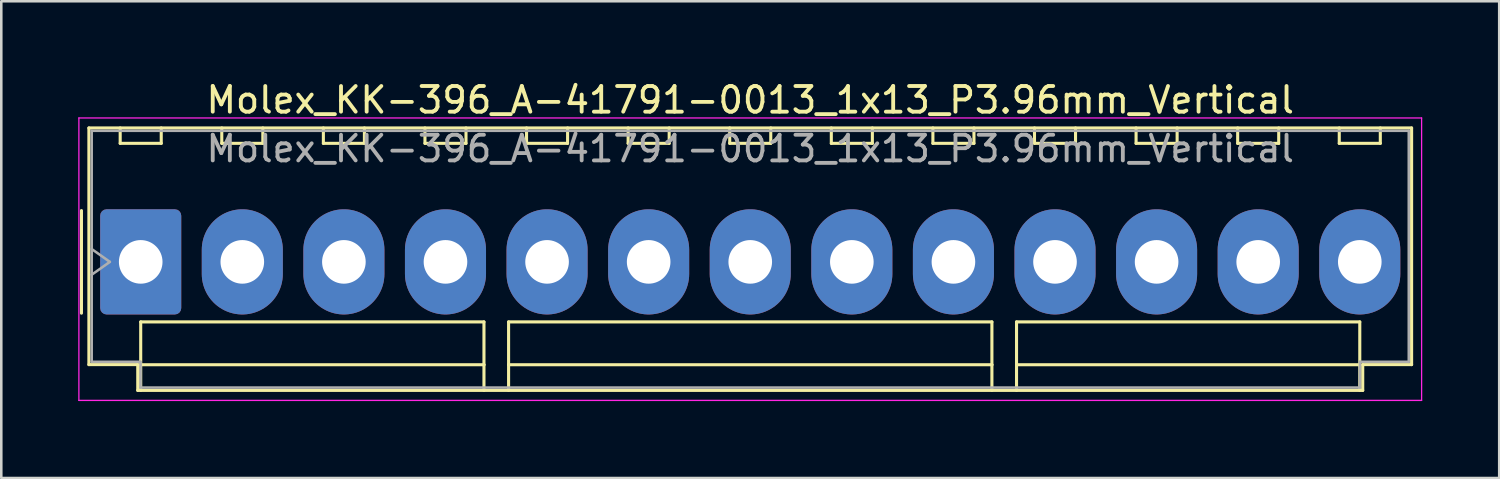
<source format=kicad_pcb>
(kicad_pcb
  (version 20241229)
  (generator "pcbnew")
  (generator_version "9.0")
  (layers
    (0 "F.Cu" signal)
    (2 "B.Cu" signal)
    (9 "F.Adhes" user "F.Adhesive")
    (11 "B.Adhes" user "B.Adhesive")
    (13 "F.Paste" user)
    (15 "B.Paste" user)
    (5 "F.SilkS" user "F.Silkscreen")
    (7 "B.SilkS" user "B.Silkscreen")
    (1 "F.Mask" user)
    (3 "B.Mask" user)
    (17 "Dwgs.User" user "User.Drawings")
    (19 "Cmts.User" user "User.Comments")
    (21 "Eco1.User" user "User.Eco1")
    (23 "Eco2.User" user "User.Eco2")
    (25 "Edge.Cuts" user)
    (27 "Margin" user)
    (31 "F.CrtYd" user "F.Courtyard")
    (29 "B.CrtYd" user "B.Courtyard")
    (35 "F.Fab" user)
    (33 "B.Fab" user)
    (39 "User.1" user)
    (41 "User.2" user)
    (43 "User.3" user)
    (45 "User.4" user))
  (footprint "Molex_KK-396_A-41791-0013_1x13_P3.96mm_Vertical"
    (layer "F.Cu")
    (at 2.435 7.158)
    (property "Reference" "Molex_KK-396_A-41791-0013_1x13_P3.96mm_Vertical" (at 23.76 -6.31 0) (layer "F.SilkS") (effects (font (size 1 1) (thickness 0.15))))
    (attr through_hole)
    (fp_line (start -2.31 -2) (end -2.31 2) (stroke (width 0.12) (type solid)) (layer "F.SilkS"))
    (fp_line (start -2.02 -5.22) (end 49.54 -5.22) (stroke (width 0.12) (type solid)) (layer "F.SilkS"))
    (fp_line (start -2.02 4.005) (end -2.02 -5.22) (stroke (width 0.12) (type solid)) (layer "F.SilkS"))
    (fp_line (start -0.8 -5.22) (end -0.8 -4.62) (stroke (width 0.12) (type solid)) (layer "F.SilkS"))
    (fp_line (start -0.8 -4.62) (end 0.8 -4.62) (stroke (width 0.12) (type solid)) (layer "F.SilkS"))
    (fp_line (start -0.115 4.005) (end -2.02 4.005) (stroke (width 0.12) (type solid)) (layer "F.SilkS"))
    (fp_line (start -0.115 5.01) (end -0.115 4.005) (stroke (width 0.12) (type solid)) (layer "F.SilkS"))
    (fp_line (start 0 2.34) (end 13.38 2.34) (stroke (width 0.12) (type solid)) (layer "F.SilkS"))
    (fp_line (start 0 4.01) (end 0 2.34) (stroke (width 0.12) (type solid)) (layer "F.SilkS"))
    (fp_line (start 0 4.01) (end 13.38 4.01) (stroke (width 0.12) (type solid)) (layer "F.SilkS"))
    (fp_line (start 0 5.01) (end 0 4.01) (stroke (width 0.12) (type solid)) (layer "F.SilkS"))
    (fp_line (start 0.8 -4.62) (end 0.8 -5.22) (stroke (width 0.12) (type solid)) (layer "F.SilkS"))
    (fp_line (start 3.16 -5.22) (end 3.16 -4.62) (stroke (width 0.12) (type solid)) (layer "F.SilkS"))
    (fp_line (start 3.16 -4.62) (end 4.76 -4.62) (stroke (width 0.12) (type solid)) (layer "F.SilkS"))
    (fp_line (start 4.76 -4.62) (end 4.76 -5.22) (stroke (width 0.12) (type solid)) (layer "F.SilkS"))
    (fp_line (start 7.12 -5.22) (end 7.12 -4.62) (stroke (width 0.12) (type solid)) (layer "F.SilkS"))
    (fp_line (start 7.12 -4.62) (end 8.72 -4.62) (stroke (width 0.12) (type solid)) (layer "F.SilkS"))
    (fp_line (start 8.72 -4.62) (end 8.72 -5.22) (stroke (width 0.12) (type solid)) (layer "F.SilkS"))
    (fp_line (start 11.08 -5.22) (end 11.08 -4.62) (stroke (width 0.12) (type solid)) (layer "F.SilkS"))
    (fp_line (start 11.08 -4.62) (end 12.68 -4.62) (stroke (width 0.12) (type solid)) (layer "F.SilkS"))
    (fp_line (start 12.68 -4.62) (end 12.68 -5.22) (stroke (width 0.12) (type solid)) (layer "F.SilkS"))
    (fp_line (start 13.38 2.34) (end 13.38 4.01) (stroke (width 0.12) (type solid)) (layer "F.SilkS"))
    (fp_line (start 13.38 4.01) (end 13.38 5.01) (stroke (width 0.12) (type solid)) (layer "F.SilkS"))
    (fp_line (start 14.34 2.34) (end 33.18 2.34) (stroke (width 0.12) (type solid)) (layer "F.SilkS"))
    (fp_line (start 14.34 4.01) (end 14.34 2.34) (stroke (width 0.12) (type solid)) (layer "F.SilkS"))
    (fp_line (start 14.34 4.01) (end 33.18 4.01) (stroke (width 0.12) (type solid)) (layer "F.SilkS"))
    (fp_line (start 14.34 5.01) (end 14.34 4.01) (stroke (width 0.12) (type solid)) (layer "F.SilkS"))
    (fp_line (start 15.04 -5.22) (end 15.04 -4.62) (stroke (width 0.12) (type solid)) (layer "F.SilkS"))
    (fp_line (start 15.04 -4.62) (end 16.64 -4.62) (stroke (width 0.12) (type solid)) (layer "F.SilkS"))
    (fp_line (start 16.64 -4.62) (end 16.64 -5.22) (stroke (width 0.12) (type solid)) (layer "F.SilkS"))
    (fp_line (start 19 -5.22) (end 19 -4.62) (stroke (width 0.12) (type solid)) (layer "F.SilkS"))
    (fp_line (start 19 -4.62) (end 20.6 -4.62) (stroke (width 0.12) (type solid)) (layer "F.SilkS"))
    (fp_line (start 20.6 -4.62) (end 20.6 -5.22) (stroke (width 0.12) (type solid)) (layer "F.SilkS"))
    (fp_line (start 22.96 -5.22) (end 22.96 -4.62) (stroke (width 0.12) (type solid)) (layer "F.SilkS"))
    (fp_line (start 22.96 -4.62) (end 24.56 -4.62) (stroke (width 0.12) (type solid)) (layer "F.SilkS"))
    (fp_line (start 24.56 -4.62) (end 24.56 -5.22) (stroke (width 0.12) (type solid)) (layer "F.SilkS"))
    (fp_line (start 26.92 -5.22) (end 26.92 -4.62) (stroke (width 0.12) (type solid)) (layer "F.SilkS"))
    (fp_line (start 26.92 -4.62) (end 28.52 -4.62) (stroke (width 0.12) (type solid)) (layer "F.SilkS"))
    (fp_line (start 28.52 -4.62) (end 28.52 -5.22) (stroke (width 0.12) (type solid)) (layer "F.SilkS"))
    (fp_line (start 30.88 -5.22) (end 30.88 -4.62) (stroke (width 0.12) (type solid)) (layer "F.SilkS"))
    (fp_line (start 30.88 -4.62) (end 32.48 -4.62) (stroke (width 0.12) (type solid)) (layer "F.SilkS"))
    (fp_line (start 32.48 -4.62) (end 32.48 -5.22) (stroke (width 0.12) (type solid)) (layer "F.SilkS"))
    (fp_line (start 33.18 2.34) (end 33.18 4.01) (stroke (width 0.12) (type solid)) (layer "F.SilkS"))
    (fp_line (start 33.18 4.01) (end 33.18 5.01) (stroke (width 0.12) (type solid)) (layer "F.SilkS"))
    (fp_line (start 34.14 2.34) (end 47.52 2.34) (stroke (width 0.12) (type solid)) (layer "F.SilkS"))
    (fp_line (start 34.14 4.01) (end 34.14 2.34) (stroke (width 0.12) (type solid)) (layer "F.SilkS"))
    (fp_line (start 34.14 4.01) (end 47.52 4.01) (stroke (width 0.12) (type solid)) (layer "F.SilkS"))
    (fp_line (start 34.14 5.01) (end 34.14 4.01) (stroke (width 0.12) (type solid)) (layer "F.SilkS"))
    (fp_line (start 34.84 -5.22) (end 34.84 -4.62) (stroke (width 0.12) (type solid)) (layer "F.SilkS"))
    (fp_line (start 34.84 -4.62) (end 36.44 -4.62) (stroke (width 0.12) (type solid)) (layer "F.SilkS"))
    (fp_line (start 36.44 -4.62) (end 36.44 -5.22) (stroke (width 0.12) (type solid)) (layer "F.SilkS"))
    (fp_line (start 38.8 -5.22) (end 38.8 -4.62) (stroke (width 0.12) (type solid)) (layer "F.SilkS"))
    (fp_line (start 38.8 -4.62) (end 40.4 -4.62) (stroke (width 0.12) (type solid)) (layer "F.SilkS"))
    (fp_line (start 40.4 -4.62) (end 40.4 -5.22) (stroke (width 0.12) (type solid)) (layer "F.SilkS"))
    (fp_line (start 42.76 -5.22) (end 42.76 -4.62) (stroke (width 0.12) (type solid)) (layer "F.SilkS"))
    (fp_line (start 42.76 -4.62) (end 44.36 -4.62) (stroke (width 0.12) (type solid)) (layer "F.SilkS"))
    (fp_line (start 44.36 -4.62) (end 44.36 -5.22) (stroke (width 0.12) (type solid)) (layer "F.SilkS"))
    (fp_line (start 46.72 -5.22) (end 46.72 -4.62) (stroke (width 0.12) (type solid)) (layer "F.SilkS"))
    (fp_line (start 46.72 -4.62) (end 48.32 -4.62) (stroke (width 0.12) (type solid)) (layer "F.SilkS"))
    (fp_line (start 47.52 2.34) (end 47.52 4.01) (stroke (width 0.12) (type solid)) (layer "F.SilkS"))
    (fp_line (start 47.52 4.01) (end 47.52 5.01) (stroke (width 0.12) (type solid)) (layer "F.SilkS"))
    (fp_line (start 47.635 4.005) (end 47.635 5.01) (stroke (width 0.12) (type solid)) (layer "F.SilkS"))
    (fp_line (start 47.635 5.01) (end -0.115 5.01) (stroke (width 0.12) (type solid)) (layer "F.SilkS"))
    (fp_line (start 48.32 -4.62) (end 48.32 -5.22) (stroke (width 0.12) (type solid)) (layer "F.SilkS"))
    (fp_line (start 49.54 -5.22) (end 49.54 4.005) (stroke (width 0.12) (type solid)) (layer "F.SilkS"))
    (fp_line (start 49.54 4.005) (end 47.635 4.005) (stroke (width 0.12) (type solid)) (layer "F.SilkS"))
    (fp_line (start -2.41 -5.61) (end -2.41 5.4) (stroke (width 0.05) (type solid)) (layer "F.CrtYd"))
    (fp_line (start -2.41 5.4) (end 49.93 5.4) (stroke (width 0.05) (type solid)) (layer "F.CrtYd"))
    (fp_line (start 49.93 -5.61) (end -2.41 -5.61) (stroke (width 0.05) (type solid)) (layer "F.CrtYd"))
    (fp_line (start 49.93 5.4) (end 49.93 -5.61) (stroke (width 0.05) (type solid)) (layer "F.CrtYd"))
    (fp_line (start -1.91 -5.11) (end 49.43 -5.11) (stroke (width 0.1) (type solid)) (layer "F.Fab"))
    (fp_line (start -1.91 -0.5) (end -1.203 0) (stroke (width 0.1) (type solid)) (layer "F.Fab"))
    (fp_line (start -1.91 3.895) (end -1.91 -5.11) (stroke (width 0.1) (type solid)) (layer "F.Fab"))
    (fp_line (start -1.203 0) (end -1.91 0.5) (stroke (width 0.1) (type solid)) (layer "F.Fab"))
    (fp_line (start -0.005 3.895) (end -1.91 3.895) (stroke (width 0.1) (type solid)) (layer "F.Fab"))
    (fp_line (start -0.005 4.9) (end -0.005 3.895) (stroke (width 0.1) (type solid)) (layer "F.Fab"))
    (fp_line (start 47.525 3.895) (end 47.525 4.9) (stroke (width 0.1) (type solid)) (layer "F.Fab"))
    (fp_line (start 47.525 4.9) (end -0.005 4.9) (stroke (width 0.1) (type solid)) (layer "F.Fab"))
    (fp_line (start 49.43 -5.11) (end 49.43 3.895) (stroke (width 0.1) (type solid)) (layer "F.Fab"))
    (fp_line (start 49.43 3.895) (end 47.525 3.895) (stroke (width 0.1) (type solid)) (layer "F.Fab"))
    (fp_text user "${REFERENCE}" (at 23.76 -4.41 0) (layer "F.Fab") (effects (font (size 1 1) (thickness 0.15))))
    (pad "1" thru_hole roundrect (at 0 0) (size 3.16 4.1) (drill 1.7) (layers "*.Cu" "*.Mask") (roundrect_rratio 0.079))
    (pad "2" thru_hole oval (at 3.96 0) (size 3.16 4.1) (drill 1.7) (layers "*.Cu" "*.Mask"))
    (pad "3" thru_hole oval (at 7.92 0) (size 3.16 4.1) (drill 1.7) (layers "*.Cu" "*.Mask"))
    (pad "4" thru_hole oval (at 11.88 0) (size 3.16 4.1) (drill 1.7) (layers "*.Cu" "*.Mask"))
    (pad "5" thru_hole oval (at 15.84 0) (size 3.16 4.1) (drill 1.7) (layers "*.Cu" "*.Mask"))
    (pad "6" thru_hole oval (at 19.8 0) (size 3.16 4.1) (drill 1.7) (layers "*.Cu" "*.Mask"))
    (pad "7" thru_hole oval (at 23.76 0) (size 3.16 4.1) (drill 1.7) (layers "*.Cu" "*.Mask"))
    (pad "8" thru_hole oval (at 27.72 0) (size 3.16 4.1) (drill 1.7) (layers "*.Cu" "*.Mask"))
    (pad "9" thru_hole oval (at 31.68 0) (size 3.16 4.1) (drill 1.7) (layers "*.Cu" "*.Mask"))
    (pad "10" thru_hole oval (at 35.64 0) (size 3.16 4.1) (drill 1.7) (layers "*.Cu" "*.Mask"))
    (pad "11" thru_hole oval (at 39.6 0) (size 3.16 4.1) (drill 1.7) (layers "*.Cu" "*.Mask"))
    (pad "12" thru_hole oval (at 43.56 0) (size 3.16 4.1) (drill 1.7) (layers "*.Cu" "*.Mask"))
    (pad "13" thru_hole oval (at 47.52 0) (size 3.16 4.1) (drill 1.7) (layers "*.Cu" "*.Mask")))
  (gr_rect
    (start -3 -3)
    (end 55.39 15.583)
    (stroke (width 0.1) (type default))
    (fill no)
    (layer "Edge.Cuts")))
</source>
